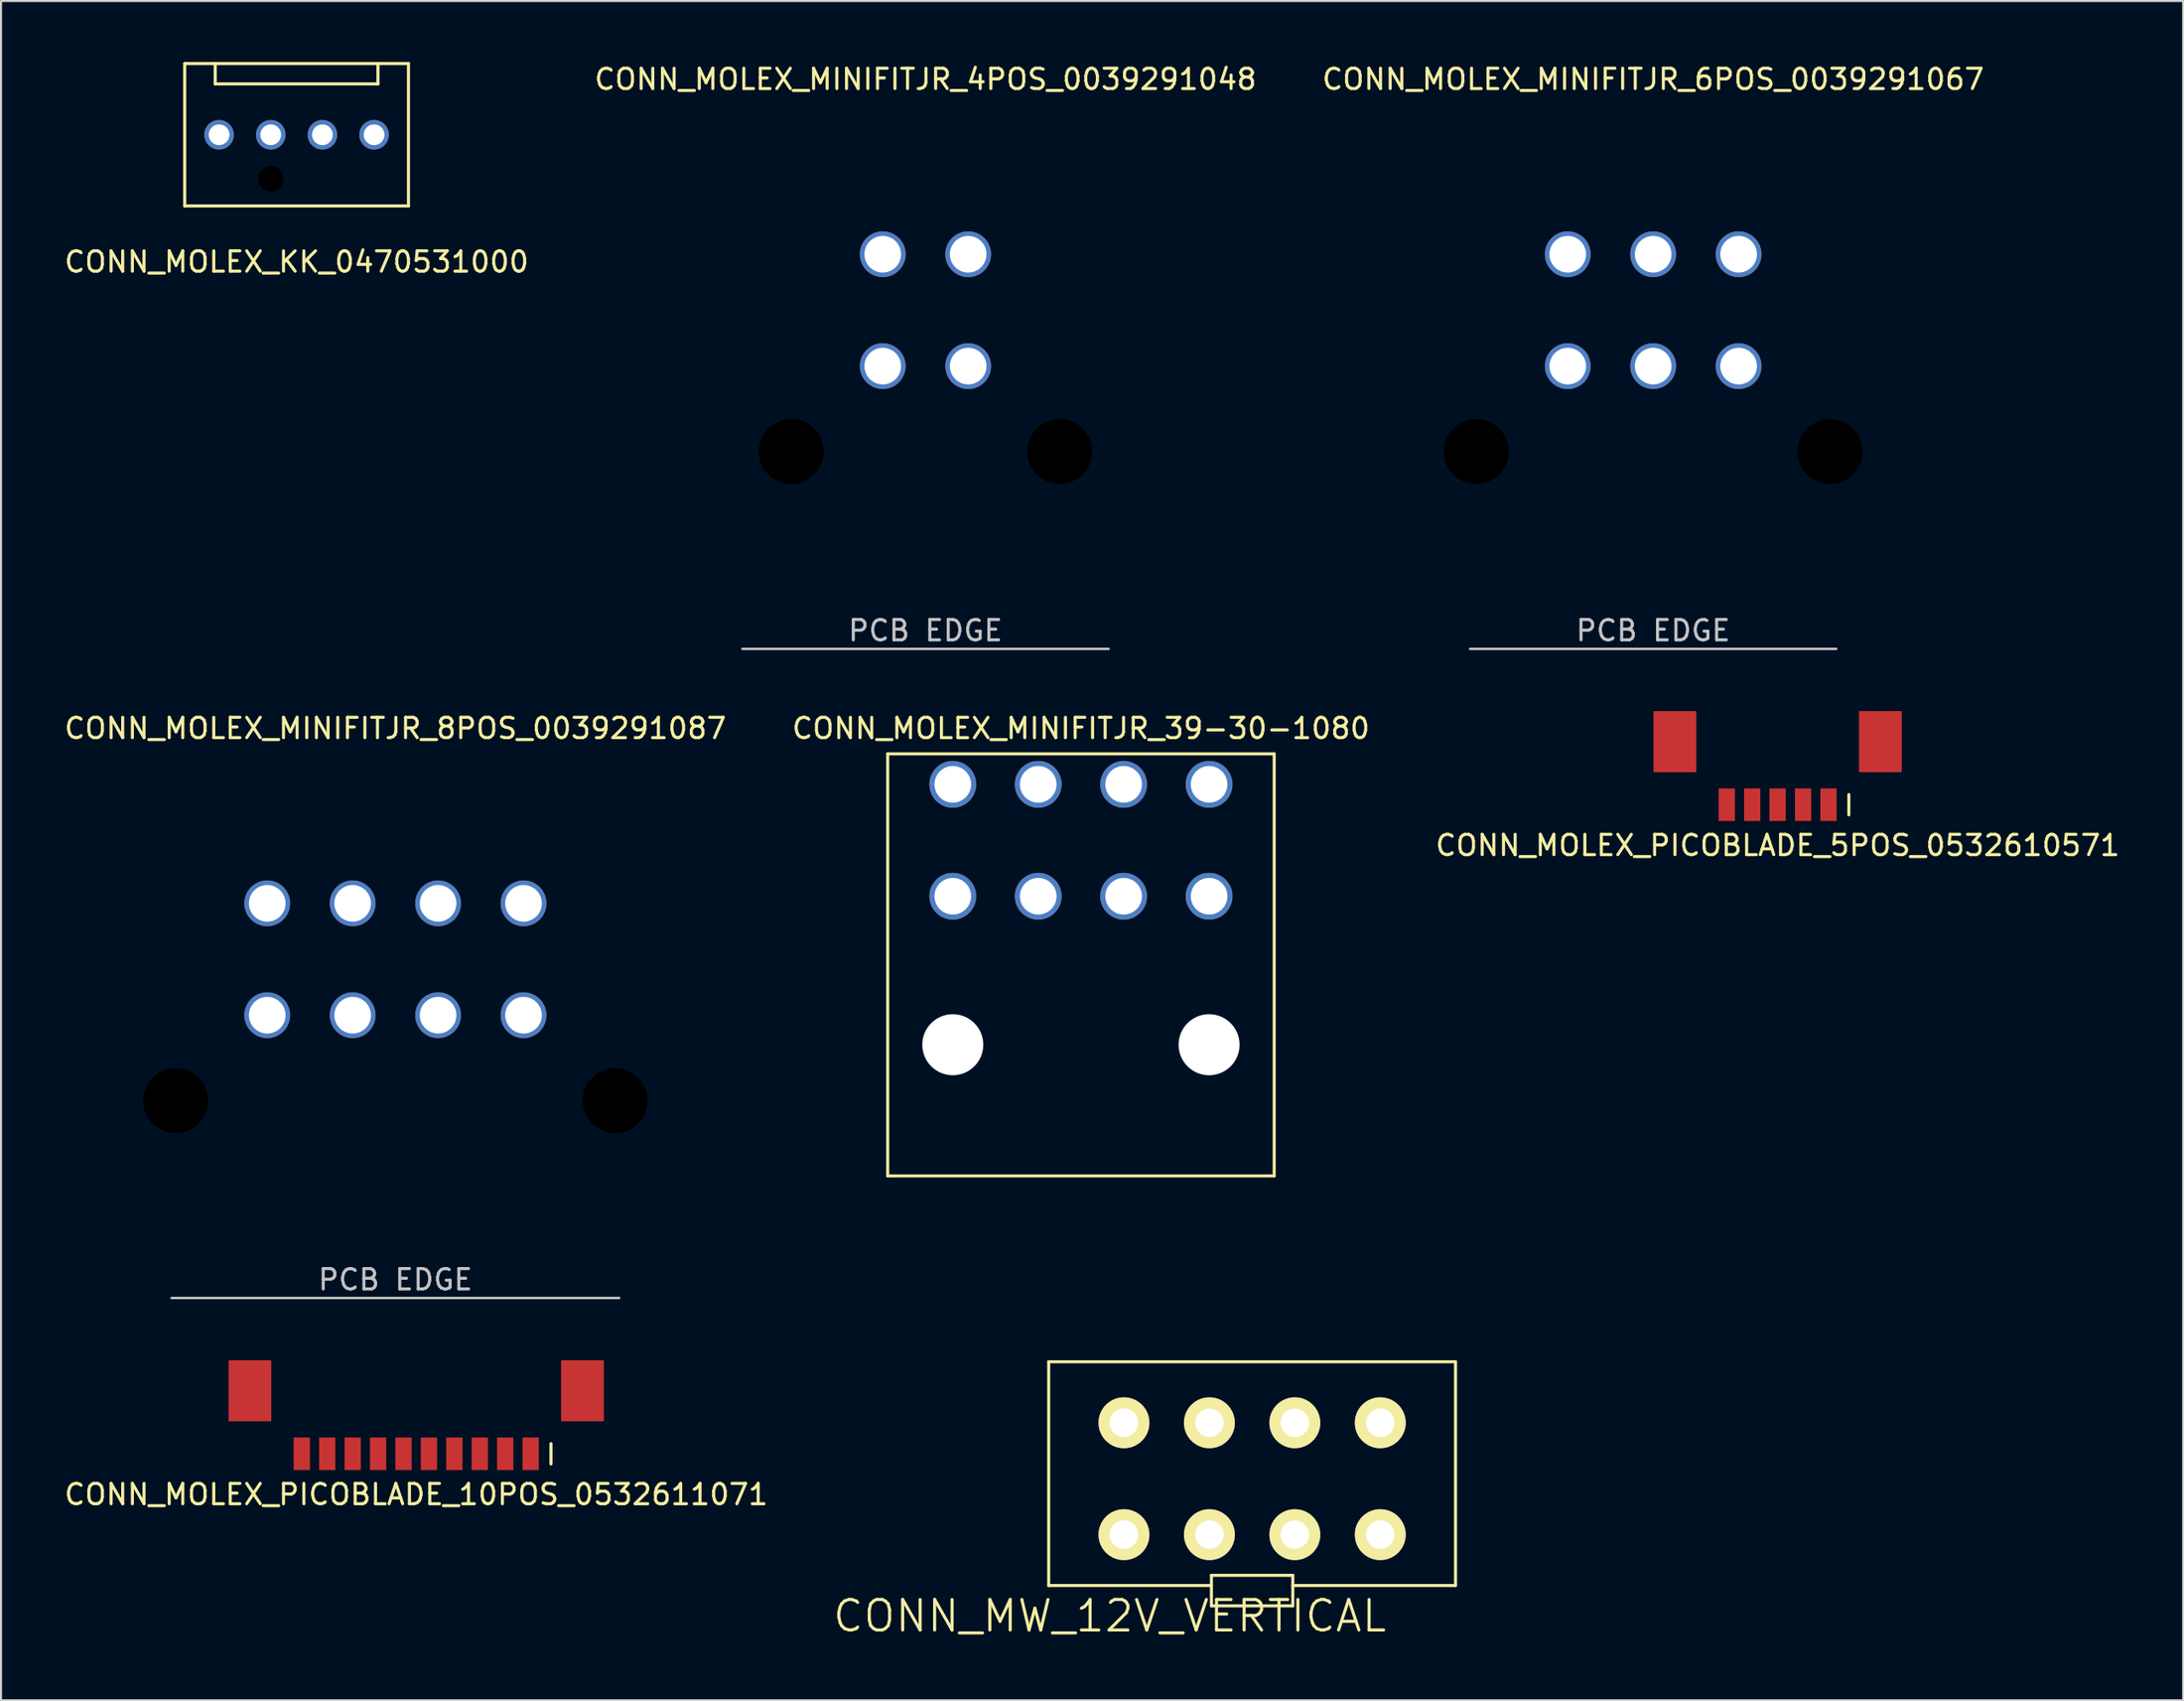
<source format=kicad_pcb>
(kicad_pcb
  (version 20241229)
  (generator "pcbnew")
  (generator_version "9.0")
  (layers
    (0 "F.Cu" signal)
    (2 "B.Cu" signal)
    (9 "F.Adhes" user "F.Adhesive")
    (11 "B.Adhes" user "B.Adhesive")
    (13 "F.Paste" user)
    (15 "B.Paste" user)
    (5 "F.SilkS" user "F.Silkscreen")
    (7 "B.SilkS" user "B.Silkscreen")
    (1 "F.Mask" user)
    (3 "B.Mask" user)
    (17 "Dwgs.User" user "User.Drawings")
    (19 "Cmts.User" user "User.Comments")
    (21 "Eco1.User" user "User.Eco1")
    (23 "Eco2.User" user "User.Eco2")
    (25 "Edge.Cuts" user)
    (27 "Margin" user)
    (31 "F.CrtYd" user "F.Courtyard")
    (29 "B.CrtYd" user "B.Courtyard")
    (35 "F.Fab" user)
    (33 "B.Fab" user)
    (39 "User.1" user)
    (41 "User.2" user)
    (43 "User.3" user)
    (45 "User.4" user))
  (footprint "CONN_MW_12V_VERTICAL"
    (layer "F.Cu")
    (at 58.504 69.391)
    (property "Reference" "CONN_MW_12V_VERTICAL" (at -7 7 0) (layer "F.SilkS") (effects (font (size 1.5 1.5) (thickness 0.15))))
    (attr through_hole)
    (fp_line (start -10 -5.5) (end -10 5.5) (stroke (width 0.15) (type solid)) (layer "F.SilkS"))
    (fp_line (start -10 -5.5) (end 10 -5.5) (stroke (width 0.15) (type solid)) (layer "F.SilkS"))
    (fp_line (start -2 5) (end 2 5) (stroke (width 0.15) (type solid)) (layer "F.SilkS"))
    (fp_line (start -2 5.5) (end -10 5.5) (stroke (width 0.15) (type solid)) (layer "F.SilkS"))
    (fp_line (start -2 6.5) (end -2 5) (stroke (width 0.15) (type solid)) (layer "F.SilkS"))
    (fp_line (start -2 6.5) (end 2 6.5) (stroke (width 0.15) (type solid)) (layer "F.SilkS"))
    (fp_line (start 2 5) (end 2 6.5) (stroke (width 0.15) (type solid)) (layer "F.SilkS"))
    (fp_line (start 10 -5.5) (end 10 5.5) (stroke (width 0.15) (type solid)) (layer "F.SilkS"))
    (fp_line (start 10 5.5) (end 2 5.5) (stroke (width 0.15) (type solid)) (layer "F.SilkS"))
    (pad "1" thru_hole circle (at -6.3 -2.5) (size 2.5 2.5) (drill 1.4) (layers "*.Cu" "*.Mask" "F.SilkS"))
    (pad "2" thru_hole circle (at -2.1 -2.5) (size 2.5 2.5) (drill 1.4) (layers "*.Cu" "*.Mask" "F.SilkS"))
    (pad "3" thru_hole circle (at 2.1 -2.5) (size 2.5 2.5) (drill 1.4) (layers "*.Cu" "*.Mask" "F.SilkS"))
    (pad "4" thru_hole circle (at 6.3 -2.5) (size 2.5 2.5) (drill 1.4) (layers "*.Cu" "*.Mask" "F.SilkS"))
    (pad "5" thru_hole circle (at -6.3 3) (size 2.5 2.5) (drill 1.4) (layers "*.Cu" "*.Mask" "F.SilkS"))
    (pad "6" thru_hole circle (at -2.1 3) (size 2.5 2.5) (drill 1.4) (layers "*.Cu" "*.Mask" "F.SilkS"))
    (pad "7" thru_hole circle (at 2.1 3) (size 2.5 2.5) (drill 1.4) (layers "*.Cu" "*.Mask" "F.SilkS"))
    (pad "8" thru_hole circle (at 6.3 3) (size 2.5 2.5) (drill 1.4) (layers "*.Cu" "*.Mask" "F.SilkS")))
  (footprint "CONN_MOLEX_MINIFITJR_39-30-1080"
    (layer "F.Cu")
    (at 50.089 41.007)
    (property "Reference" "CONN_MOLEX_MINIFITJR_39-30-1080" (at 0 -8.25 0) (layer "F.SilkS") (effects (font (size 1 1) (thickness 0.15))))
    (attr through_hole)
    (fp_line (start -9.5 -7) (end -9.5 13.75) (stroke (width 0.15) (type solid)) (layer "F.SilkS"))
    (fp_line (start -9.5 13.75) (end 9.5 13.75) (stroke (width 0.15) (type solid)) (layer "F.SilkS"))
    (fp_line (start 9.5 -7) (end -9.5 -7) (stroke (width 0.15) (type solid)) (layer "F.SilkS"))
    (fp_line (start 9.5 13.75) (end 9.5 -7) (stroke (width 0.15) (type solid)) (layer "F.SilkS"))
    (pad "" np_thru_hole circle (at -6.3 7.3) (size 3 3) (drill 3) (layers "*.Cu" "*.Mask"))
    (pad "" np_thru_hole circle (at 6.3 7.3) (size 3 3) (drill 3) (layers "*.Cu" "*.Mask"))
    (pad "1" thru_hole circle (at 6.3 0) (size 2.3 2.3) (drill 1.8) (layers "*.Cu" "*.Mask"))
    (pad "2" thru_hole circle (at 2.1 0) (size 2.3 2.3) (drill 1.8) (layers "*.Cu" "*.Mask"))
    (pad "3" thru_hole circle (at -2.1 0) (size 2.3 2.3) (drill 1.8) (layers "*.Cu" "*.Mask"))
    (pad "4" thru_hole circle (at -6.3 0) (size 2.3 2.3) (drill 1.8) (layers "*.Cu" "*.Mask"))
    (pad "5" thru_hole circle (at 6.3 -5.5) (size 2.3 2.3) (drill 1.8) (layers "*.Cu" "*.Mask"))
    (pad "6" thru_hole circle (at 2.1 -5.5) (size 2.3 2.3) (drill 1.8) (layers "*.Cu" "*.Mask"))
    (pad "7" thru_hole circle (at -2.1 -5.5) (size 2.3 2.3) (drill 1.8) (layers "*.Cu" "*.Mask"))
    (pad "8" thru_hole circle (at -6.3 -5.5) (size 2.3 2.3) (drill 1.8) (layers "*.Cu" "*.Mask")))
  (footprint "CONN_MOLEX_KK_0470531000"
    (layer "F.Cu")
    (at 11.53 3.575)
    (property "Reference" "CONN_MOLEX_KK_0470531000" (at 0 6.25 0) (layer "F.SilkS") (effects (font (size 1 1) (thickness 0.15))))
    (attr through_hole)
    (fp_line (start -5.5 -3.5) (end -5.5 3.5) (stroke (width 0.15) (type solid)) (layer "F.SilkS"))
    (fp_line (start -5.5 3.5) (end 5.5 3.5) (stroke (width 0.15) (type solid)) (layer "F.SilkS"))
    (fp_line (start -4 -3.5) (end -4 -2.5) (stroke (width 0.15) (type solid)) (layer "F.SilkS"))
    (fp_line (start -4 -2.5) (end 4 -2.5) (stroke (width 0.15) (type solid)) (layer "F.SilkS"))
    (fp_line (start 4 -2.5) (end 4 -3.5) (stroke (width 0.15) (type solid)) (layer "F.SilkS"))
    (fp_line (start 5.5 -3.5) (end -5.5 -3.5) (stroke (width 0.15) (type solid)) (layer "F.SilkS"))
    (fp_line (start 5.5 3.5) (end 5.5 -3.5) (stroke (width 0.15) (type solid)) (layer "F.SilkS"))
    (pad "" np_thru_hole circle (at -1.27 2.16) (size 1.25 1.25) (drill 1.25) (layers "*.Mask"))
    (pad "1" thru_hole circle (at 3.81 0) (size 1.45 1.45) (drill 1.02) (layers "*.Cu" "*.Mask"))
    (pad "2" thru_hole circle (at 1.27 0) (size 1.45 1.45) (drill 1.02) (layers "*.Cu" "*.Mask"))
    (pad "3" thru_hole circle (at -1.27 0) (size 1.45 1.45) (drill 1.02) (layers "*.Cu" "*.Mask"))
    (pad "4" thru_hole circle (at -3.81 0) (size 1.45 1.45) (drill 1.02) (layers "*.Cu" "*.Mask")))
  (footprint "CONN_MOLEX_MINIFITJR_4POS_0039291048"
    (layer "F.Cu")
    (at 42.446 14.948)
    (property "Reference" "CONN_MOLEX_MINIFITJR_4POS_0039291048" (at 0 -14.1 0) (unlocked yes) (layer "F.SilkS") (effects (font (size 1 1) (thickness 0.15))))
    (attr through_hole)
    (fp_line (start -9 13.9) (end 9 13.9) (stroke (width 0.12) (type solid)) (layer "Dwgs.User"))
    (fp_text user "PCB EDGE" (at 0 13 0) (unlocked yes) (layer "Dwgs.User") (effects (font (size 1 1) (thickness 0.15))))
    (pad "" np_thru_hole circle (at -6.6 4.2) (size 3.5 3.5) (drill 3.2) (layers "*.Mask"))
    (pad "" np_thru_hole circle (at 6.6 4.2) (size 3.5 3.5) (drill 3.2) (layers "*.Mask"))
    (pad "1" thru_hole circle (at 2.1 0) (size 2.25 2.25) (drill 1.8) (layers "*.Cu" "*.Mask"))
    (pad "2" thru_hole circle (at -2.1 0) (size 2.25 2.25) (drill 1.8) (layers "*.Cu" "*.Mask"))
    (pad "3" thru_hole circle (at 2.1 -5.5) (size 2.25 2.25) (drill 1.8) (layers "*.Cu" "*.Mask"))
    (pad "4" thru_hole circle (at -2.1 -5.5) (size 2.25 2.25) (drill 1.8) (layers "*.Cu" "*.Mask")))
  (footprint "CONN_MOLEX_PICOBLADE_5POS_0532610571"
    (layer "F.Cu")
    (at 84.339 36.508)
    (property "Reference" "CONN_MOLEX_PICOBLADE_5POS_0532610571" (at 0 2 0) (unlocked yes) (layer "F.SilkS") (effects (font (size 1 1) (thickness 0.15))))
    (attr smd)
    (fp_line (start 3.5 0.5) (end 3.5 -0.5) (stroke (width 0.15) (type solid)) (layer "F.SilkS"))
    (pad "" smd rect (at -5.05 -3.1) (size 2.1 3) (layers "F.Cu" "F.Mask" "F.Paste"))
    (pad "" smd rect (at 5.05 -3.1) (size 2.1 3) (layers "F.Cu" "F.Mask" "F.Paste"))
    (pad "1" smd rect (at 2.5 0) (size 0.8 1.6) (layers "F.Cu" "F.Mask" "F.Paste"))
    (pad "2" smd rect (at 1.25 0) (size 0.8 1.6) (layers "F.Cu" "F.Mask" "F.Paste"))
    (pad "3" smd rect (at 0 0) (size 0.8 1.6) (layers "F.Cu" "F.Mask" "F.Paste"))
    (pad "4" smd rect (at -1.25 0) (size 0.8 1.6) (layers "F.Cu" "F.Mask" "F.Paste"))
    (pad "5" smd rect (at -2.5 0) (size 0.8 1.6) (layers "F.Cu" "F.Mask" "F.Paste")))
  (footprint "CONN_MOLEX_PICOBLADE_10POS_0532611071"
    (layer "F.Cu")
    (at 17.411 68.416)
    (property "Reference" "CONN_MOLEX_PICOBLADE_10POS_0532611071" (at 0 2 0) (unlocked yes) (layer "F.SilkS") (effects (font (size 1 1) (thickness 0.15))))
    (attr smd)
    (fp_line (start 6.625 0.5) (end 6.625 -0.5) (stroke (width 0.15) (type solid)) (layer "F.SilkS"))
    (pad "" smd rect (at -8.175 -3.1) (size 2.1 3) (layers "F.Cu" "F.Mask" "F.Paste"))
    (pad "" smd rect (at 8.175 -3.1) (size 2.1 3) (layers "F.Cu" "F.Mask" "F.Paste"))
    (pad "1" smd rect (at 5.625 0) (size 0.8 1.6) (layers "F.Cu" "F.Mask" "F.Paste"))
    (pad "2" smd rect (at 4.375 0) (size 0.8 1.6) (layers "F.Cu" "F.Mask" "F.Paste"))
    (pad "3" smd rect (at 3.125 0) (size 0.8 1.6) (layers "F.Cu" "F.Mask" "F.Paste"))
    (pad "4" smd rect (at 1.875 0) (size 0.8 1.6) (layers "F.Cu" "F.Mask" "F.Paste"))
    (pad "5" smd rect (at 0.625 0) (size 0.8 1.6) (layers "F.Cu" "F.Mask" "F.Paste"))
    (pad "6" smd rect (at -0.625 0) (size 0.8 1.6) (layers "F.Cu" "F.Mask" "F.Paste"))
    (pad "7" smd rect (at -1.875 0) (size 0.8 1.6) (layers "F.Cu" "F.Mask" "F.Paste"))
    (pad "8" smd rect (at -3.125 0) (size 0.8 1.6) (layers "F.Cu" "F.Mask" "F.Paste"))
    (pad "9" smd rect (at -4.375 0) (size 0.8 1.6) (layers "F.Cu" "F.Mask" "F.Paste"))
    (pad "10" smd rect (at -5.625 0) (size 0.8 1.6) (layers "F.Cu" "F.Mask" "F.Paste")))
  (footprint "CONN_MOLEX_MINIFITJR_8POS_0039291087"
    (layer "F.Cu")
    (at 16.387 46.856)
    (property "Reference" "CONN_MOLEX_MINIFITJR_8POS_0039291087" (at 0 -14.1 0) (unlocked yes) (layer "F.SilkS") (effects (font (size 1 1) (thickness 0.15))))
    (attr through_hole)
    (fp_line (start -11 13.9) (end 11 13.9) (stroke (width 0.12) (type solid)) (layer "Dwgs.User"))
    (fp_text user "PCB EDGE" (at 0 13 0) (unlocked yes) (layer "Dwgs.User") (effects (font (size 1 1) (thickness 0.15))))
    (pad "" np_thru_hole circle (at -10.8 4.2) (size 3.5 3.5) (drill 3.2) (layers "*.Mask"))
    (pad "" np_thru_hole circle (at 10.8 4.2) (size 3.5 3.5) (drill 3.2) (layers "*.Mask"))
    (pad "1" thru_hole circle (at 6.3 0) (size 2.25 2.25) (drill 1.8) (layers "*.Cu" "*.Mask"))
    (pad "2" thru_hole circle (at 2.1 0) (size 2.25 2.25) (drill 1.8) (layers "*.Cu" "*.Mask"))
    (pad "3" thru_hole circle (at -2.1 0) (size 2.25 2.25) (drill 1.8) (layers "*.Cu" "*.Mask"))
    (pad "4" thru_hole circle (at -6.3 0) (size 2.25 2.25) (drill 1.8) (layers "*.Cu" "*.Mask"))
    (pad "5" thru_hole circle (at 6.3 -5.5) (size 2.25 2.25) (drill 1.8) (layers "*.Cu" "*.Mask"))
    (pad "6" thru_hole circle (at 2.1 -5.5) (size 2.25 2.25) (drill 1.8) (layers "*.Cu" "*.Mask"))
    (pad "7" thru_hole circle (at -2.1 -5.5) (size 2.25 2.25) (drill 1.8) (layers "*.Cu" "*.Mask"))
    (pad "8" thru_hole circle (at -6.3 -5.5) (size 2.25 2.25) (drill 1.8) (layers "*.Cu" "*.Mask")))
  (footprint "CONN_MOLEX_MINIFITJR_6POS_0039291067"
    (layer "F.Cu")
    (at 78.22 14.948)
    (property "Reference" "CONN_MOLEX_MINIFITJR_6POS_0039291067" (at 0 -14.1 0) (unlocked yes) (layer "F.SilkS") (effects (font (size 1 1) (thickness 0.15))))
    (attr through_hole)
    (fp_line (start -9 13.9) (end 9 13.9) (stroke (width 0.12) (type solid)) (layer "Dwgs.User"))
    (fp_text user "PCB EDGE" (at 0 13 0) (unlocked yes) (layer "Dwgs.User") (effects (font (size 1 1) (thickness 0.15))))
    (pad "" np_thru_hole circle (at -8.7 4.2) (size 3.5 3.5) (drill 3.2) (layers "*.Mask"))
    (pad "" np_thru_hole circle (at 8.7 4.2) (size 3.5 3.5) (drill 3.2) (layers "*.Mask"))
    (pad "1" thru_hole circle (at 4.2 0) (size 2.25 2.25) (drill 1.8) (layers "*.Cu" "*.Mask"))
    (pad "2" thru_hole circle (at 0 0) (size 2.25 2.25) (drill 1.8) (layers "*.Cu" "*.Mask"))
    (pad "3" thru_hole circle (at -4.2 0) (size 2.25 2.25) (drill 1.8) (layers "*.Cu" "*.Mask"))
    (pad "4" thru_hole circle (at 4.2 -5.5) (size 2.25 2.25) (drill 1.8) (layers "*.Cu" "*.Mask"))
    (pad "5" thru_hole circle (at 0 -5.5) (size 2.25 2.25) (drill 1.8) (layers "*.Cu" "*.Mask"))
    (pad "6" thru_hole circle (at -4.2 -5.5) (size 2.25 2.25) (drill 1.8) (layers "*.Cu" "*.Mask")))
  (gr_rect
    (start -3 -3)
    (end 104.274 80.532)
    (stroke (width 0.1) (type default))
    (fill no)
    (layer "Edge.Cuts")))
</source>
